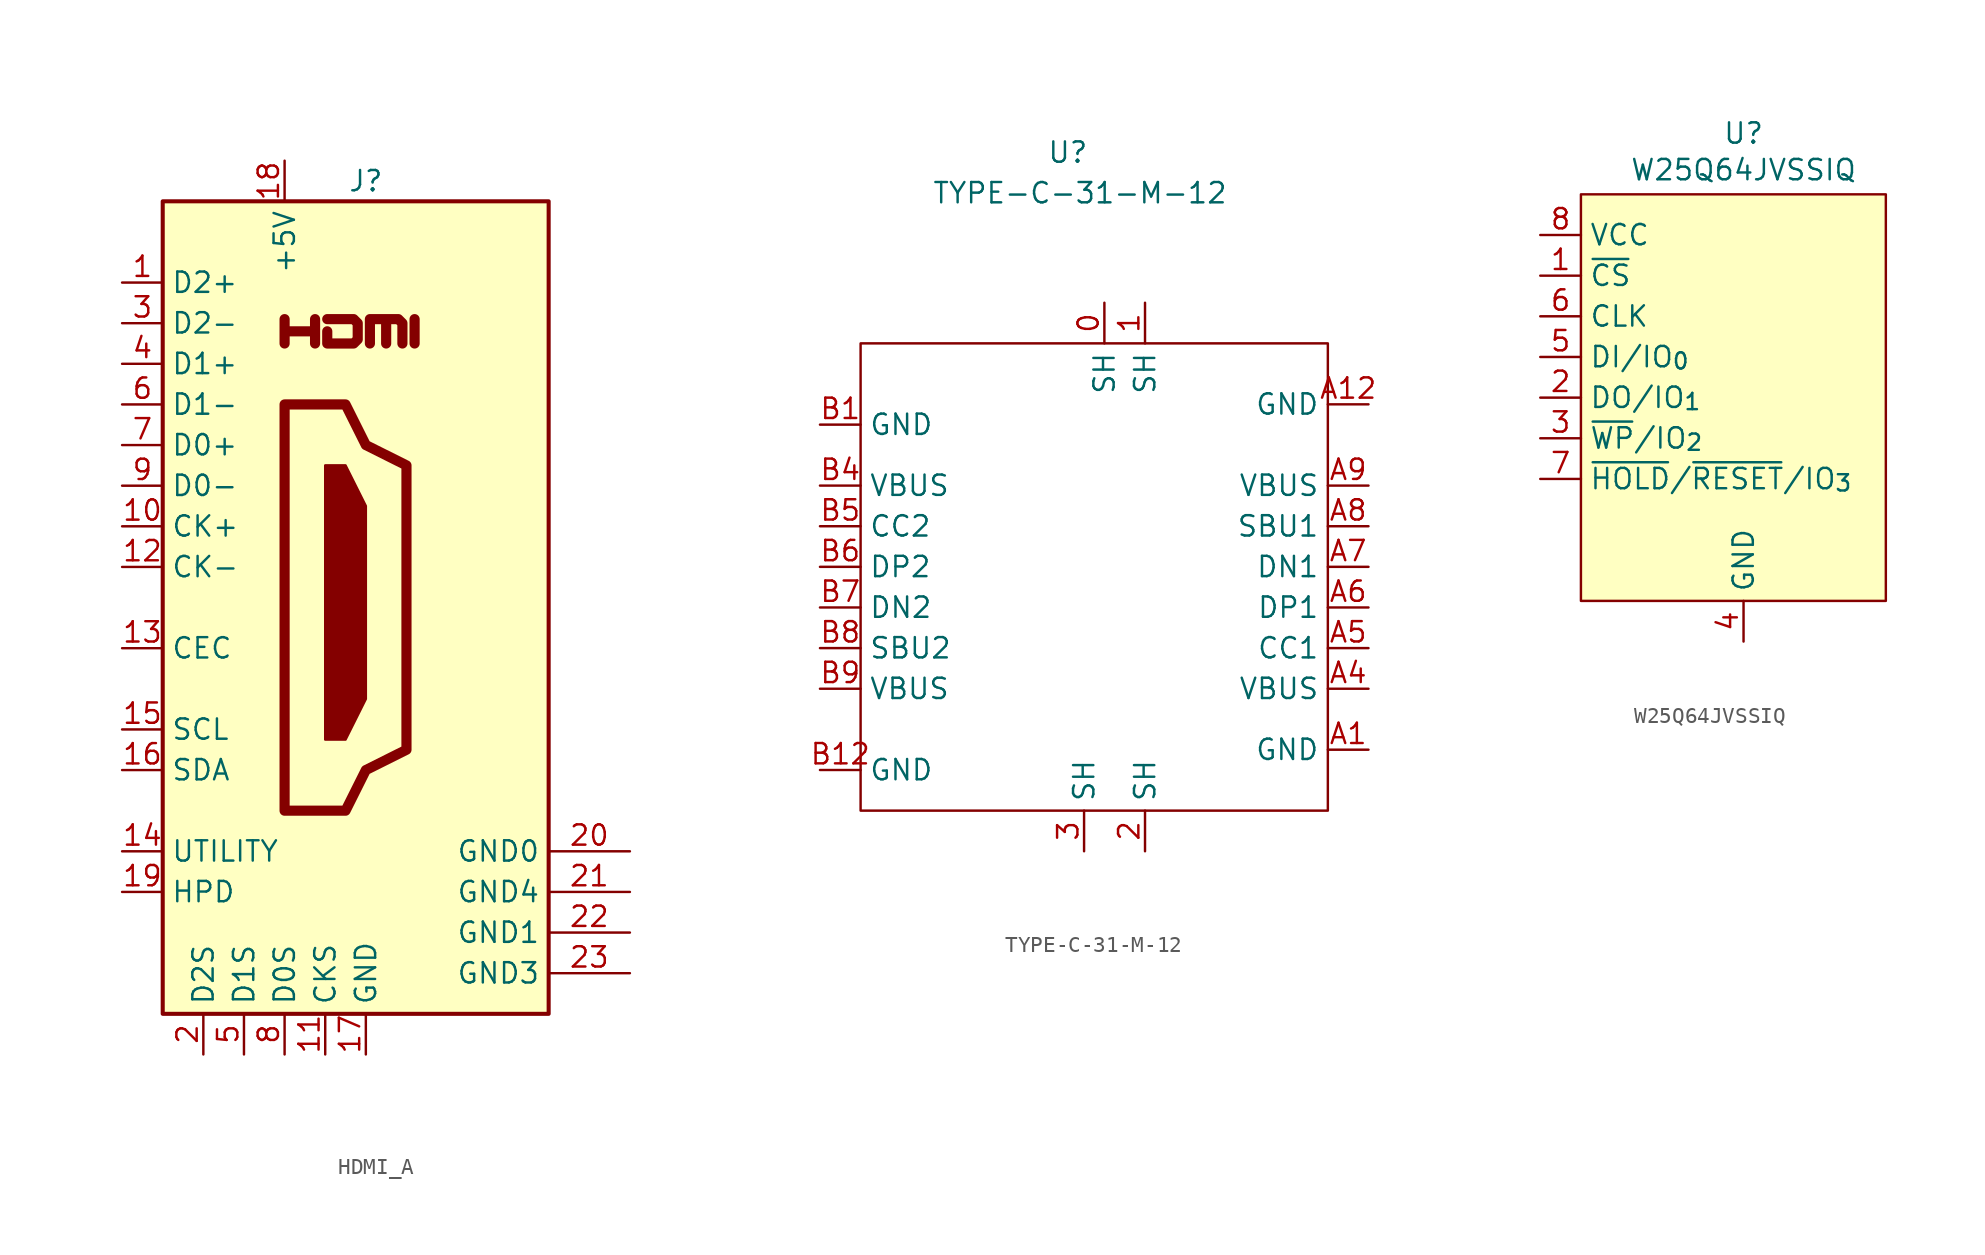
<source format=kicad_sym>
(kicad_symbol_lib
  (version 20241209)
  (generator "kicad_symbol_editor")
  (generator_version "9.0")
  (symbol "HDMI_A"
    (property "Reference" "J"
      (at 0 0 0)
      (effects (font (size 1.27 1.27))))
    (property "Value" ""
      (at 0 0 0)
      (effects (font (size 1.27 1.27))))
    (symbol "HDMI_A_0_0"
      (polyline (pts (xy -5.08 -10.16) (xy -5.08 -8.636) (xy -5.08 -9.398) (xy -3.175 -9.398) (xy -3.175 -8.636) (xy -3.175 -10.16)) (stroke (width 0.635) (type default)) (fill (type none)))
      (polyline (pts (xy -2.413 -8.636) (xy -0.762 -8.636) (xy -0.508 -8.89) (xy -0.508 -9.906) (xy -0.762 -10.16) (xy -2.413 -10.16) (xy -2.413 -9.398)) (stroke (width 0.635) (type default)) (fill (type none)))
      (polyline (pts (xy 3.048 -10.16) (xy 3.048 -8.636)) (stroke (width 0.635) (type default)) (fill (type none))))
    (symbol "HDMI_A_0_1"
      (rectangle (start -12.7 -1.27) (end 11.43 -52.07) (stroke (width 0.254) (type default)) (fill (type background)))
      (polyline (pts (xy -5.08 -13.97) (xy -5.08 -39.37) (xy -1.27 -39.37) (xy 0 -36.83) (xy 2.54 -35.56) (xy 2.54 -17.78) (xy 0 -16.51) (xy -1.27 -13.97) (xy -5.08 -13.97)) (stroke (width 0.635) (type default)) (fill (type none)))
      (polyline (pts (xy -2.54 -17.78) (xy -1.27 -17.78) (xy 0 -20.32) (xy 0 -32.385) (xy -1.27 -34.925) (xy -2.54 -34.925) (xy -2.54 -17.78)) (stroke (width 0) (type default)) (fill (type outline)))
      (polyline (pts (xy 0.254 -10.16) (xy 0.254 -8.636) (xy 1.27 -8.636) (xy 1.27 -10.16) (xy 1.27 -8.636) (xy 2.032 -8.636) (xy 2.286 -8.89) (xy 2.286 -10.16)) (stroke (width 0.635) (type default)) (fill (type none))))
    (symbol "HDMI_A_1_1"
      (pin passive line (at -15.24 -6.35 0) (length 2.54) (name "D2+" (effects (font (size 1.27 1.27)))) (number "1" (effects (font (size 1.27 1.27)))))
      (pin passive line (at -15.24 -8.89 0) (length 2.54) (name "D2-" (effects (font (size 1.27 1.27)))) (number "3" (effects (font (size 1.27 1.27)))))
      (pin passive line (at -15.24 -11.43 0) (length 2.54) (name "D1+" (effects (font (size 1.27 1.27)))) (number "4" (effects (font (size 1.27 1.27)))))
      (pin passive line (at -15.24 -13.97 0) (length 2.54) (name "D1-" (effects (font (size 1.27 1.27)))) (number "6" (effects (font (size 1.27 1.27)))))
      (pin passive line (at -15.24 -16.51 0) (length 2.54) (name "D0+" (effects (font (size 1.27 1.27)))) (number "7" (effects (font (size 1.27 1.27)))))
      (pin passive line (at -15.24 -19.05 0) (length 2.54) (name "D0-" (effects (font (size 1.27 1.27)))) (number "9" (effects (font (size 1.27 1.27)))))
      (pin passive line (at -15.24 -21.59 0) (length 2.54) (name "CK+" (effects (font (size 1.27 1.27)))) (number "10" (effects (font (size 1.27 1.27)))))
      (pin passive line (at -15.24 -24.13 0) (length 2.54) (name "CK-" (effects (font (size 1.27 1.27)))) (number "12" (effects (font (size 1.27 1.27)))))
      (pin bidirectional line (at -15.24 -29.21 0) (length 2.54) (name "CEC" (effects (font (size 1.27 1.27)))) (number "13" (effects (font (size 1.27 1.27)))))
      (pin passive line (at -15.24 -34.29 0) (length 2.54) (name "SCL" (effects (font (size 1.27 1.27)))) (number "15" (effects (font (size 1.27 1.27)))))
      (pin bidirectional line (at -15.24 -36.83 0) (length 2.54) (name "SDA" (effects (font (size 1.27 1.27)))) (number "16" (effects (font (size 1.27 1.27)))))
      (pin passive line (at -15.24 -41.91 0) (length 2.54) (name "UTILITY" (effects (font (size 1.27 1.27)))) (number "14" (effects (font (size 1.27 1.27)))))
      (pin passive line (at -15.24 -44.45 0) (length 2.54) (name "HPD" (effects (font (size 1.27 1.27)))) (number "19" (effects (font (size 1.27 1.27)))))
      (pin power_in line (at -10.16 -54.61 90) (length 2.54) (name "D2S" (effects (font (size 1.27 1.27)))) (number "2" (effects (font (size 1.27 1.27)))))
      (pin power_in line (at -7.62 -54.61 90) (length 2.54) (name "D1S" (effects (font (size 1.27 1.27)))) (number "5" (effects (font (size 1.27 1.27)))))
      (pin power_in line (at -5.08 1.27 270) (length 2.54) (name "+5V" (effects (font (size 1.27 1.27)))) (number "18" (effects (font (size 1.27 1.27)))))
      (pin power_in line (at -5.08 -54.61 90) (length 2.54) (name "D0S" (effects (font (size 1.27 1.27)))) (number "8" (effects (font (size 1.27 1.27)))))
      (pin power_in line (at -2.54 -54.61 90) (length 2.54) (name "CKS" (effects (font (size 1.27 1.27)))) (number "11" (effects (font (size 1.27 1.27)))))
      (pin power_in line (at 0 -54.61 90) (length 2.54) (name "GND" (effects (font (size 1.27 1.27)))) (number "17" (effects (font (size 1.27 1.27)))))
      (pin input line (at 16.51 -41.91 180) (length 5.08) (name "GND0" (effects (font (size 1.27 1.27)))) (number "20" (effects (font (size 1.27 1.27)))))
      (pin input line (at 16.51 -44.45 180) (length 5.08) (name "GND4" (effects (font (size 1.27 1.27)))) (number "21" (effects (font (size 1.27 1.27)))))
      (pin input line (at 16.51 -46.99 180) (length 5.08) (name "GND1" (effects (font (size 1.27 1.27)))) (number "22" (effects (font (size 1.27 1.27)))))
      (pin input line (at 16.51 -49.53 180) (length 5.08) (name "GND3" (effects (font (size 1.27 1.27)))) (number "23" (effects (font (size 1.27 1.27)))))))
  (symbol "TYPE-C-31-M-12"
    (property "Reference" "U"
      (at -3.556 18.288 0)
      (effects (font (size 1.27 1.27))))
    (property "Value" "TYPE-C-31-M-12"
      (at -2.794 15.748 0)
      (effects (font (size 1.27 1.27))))
    (symbol "TYPE-C-31-M-12_0_1"
      (rectangle (start -16.51 6.35) (end 12.7 -22.86) (stroke (width 0) (type default)) (fill (type none))))
    (symbol "TYPE-C-31-M-12_1_1"
      (pin input line (at -19.05 1.27 0) (length 2.54) (name "GND" (effects (font (size 1.27 1.27)))) (number "B1" (effects (font (size 1.27 1.27)))))
      (pin input line (at -19.05 -2.54 0) (length 2.54) (name "VBUS" (effects (font (size 1.27 1.27)))) (number "B4" (effects (font (size 1.27 1.27)))))
      (pin input line (at -19.05 -5.08 0) (length 2.54) (name "CC2" (effects (font (size 1.27 1.27)))) (number "B5" (effects (font (size 1.27 1.27)))))
      (pin input line (at -19.05 -7.62 0) (length 2.54) (name "DP2" (effects (font (size 1.27 1.27)))) (number "B6" (effects (font (size 1.27 1.27)))))
      (pin input line (at -19.05 -10.16 0) (length 2.54) (name "DN2" (effects (font (size 1.27 1.27)))) (number "B7" (effects (font (size 1.27 1.27)))))
      (pin input line (at -19.05 -12.7 0) (length 2.54) (name "SBU2" (effects (font (size 1.27 1.27)))) (number "B8" (effects (font (size 1.27 1.27)))))
      (pin input line (at -19.05 -15.24 0) (length 2.54) (name "VBUS" (effects (font (size 1.27 1.27)))) (number "B9" (effects (font (size 1.27 1.27)))))
      (pin input line (at -19.05 -20.32 0) (length 2.54) (name "GND" (effects (font (size 1.27 1.27)))) (number "B12" (effects (font (size 1.27 1.27)))))
      (pin input line (at -2.54 -25.4 90) (length 2.54) (name "SH" (effects (font (size 1.27 1.27)))) (number "3" (effects (font (size 1.27 1.27)))))
      (pin input line (at -1.27 8.89 270) (length 2.54) (name "SH" (effects (font (size 1.27 1.27)))) (number "0" (effects (font (size 1.27 1.27)))))
      (pin input line (at 1.27 8.89 270) (length 2.54) (name "SH" (effects (font (size 1.27 1.27)))) (number "1" (effects (font (size 1.27 1.27)))))
      (pin input line (at 1.27 -25.4 90) (length 2.54) (name "SH" (effects (font (size 1.27 1.27)))) (number "2" (effects (font (size 1.27 1.27)))))
      (pin input line (at 15.24 2.54 180) (length 2.54) (name "GND" (effects (font (size 1.27 1.27)))) (number "A12" (effects (font (size 1.27 1.27)))))
      (pin input line (at 15.24 -2.54 180) (length 2.54) (name "VBUS" (effects (font (size 1.27 1.27)))) (number "A9" (effects (font (size 1.27 1.27)))))
      (pin input line (at 15.24 -5.08 180) (length 2.54) (name "SBU1" (effects (font (size 1.27 1.27)))) (number "A8" (effects (font (size 1.27 1.27)))))
      (pin input line (at 15.24 -7.62 180) (length 2.54) (name "DN1" (effects (font (size 1.27 1.27)))) (number "A7" (effects (font (size 1.27 1.27)))))
      (pin input line (at 15.24 -10.16 180) (length 2.54) (name "DP1" (effects (font (size 1.27 1.27)))) (number "A6" (effects (font (size 1.27 1.27)))))
      (pin input line (at 15.24 -12.7 180) (length 2.54) (name "CC1" (effects (font (size 1.27 1.27)))) (number "A5" (effects (font (size 1.27 1.27)))))
      (pin input line (at 15.24 -15.24 180) (length 2.54) (name "VBUS" (effects (font (size 1.27 1.27)))) (number "A4" (effects (font (size 1.27 1.27)))))
      (pin input line (at 15.24 -19.05 180) (length 2.54) (name "GND" (effects (font (size 1.27 1.27)))) (number "A1" (effects (font (size 1.27 1.27)))))))
  (symbol "W25Q64JVSSIQ"
    (property "Reference" "U"
      (at 0 0 0)
      (effects (font (size 1.27 1.27))))
    (property "Value" "W25Q64JVSSIQ"
      (at 0 -2.286 0)
      (effects (font (size 1.27 1.27))))
    (symbol "W25Q64JVSSIQ_1_1"
      (rectangle (start -10.16 -3.81) (end 8.89 -29.21) (stroke (width 0) (type solid)) (fill (type background)))
      (pin input line (at -12.7 -6.35 0) (length 2.54) (name "VCC" (effects (font (size 1.27 1.27)))) (number "8" (effects (font (size 1.27 1.27)))))
      (pin input line (at -12.7 -8.89 0) (length 2.54) (name "~{CS}" (effects (font (size 1.27 1.27)))) (number "1" (effects (font (size 1.27 1.27)))))
      (pin input line (at -12.7 -11.43 0) (length 2.54) (name "CLK" (effects (font (size 1.27 1.27)))) (number "6" (effects (font (size 1.27 1.27)))))
      (pin input line (at -12.7 -13.97 0) (length 2.54) (name "DI/IO_{0}" (effects (font (size 1.27 1.27)))) (number "5" (effects (font (size 1.27 1.27)))))
      (pin input line (at -12.7 -16.51 0) (length 2.54) (name "DO/IO_{1}" (effects (font (size 1.27 1.27)))) (number "2" (effects (font (size 1.27 1.27)))))
      (pin input line (at -12.7 -19.05 0) (length 2.54) (name "~{WP}/IO_{2}" (effects (font (size 1.27 1.27)))) (number "3" (effects (font (size 1.27 1.27)))))
      (pin input line (at -12.7 -21.59 0) (length 2.54) (name "~{HOLD}/~{RESET}/IO_{3}" (effects (font (size 1.27 1.27)))) (number "7" (effects (font (size 1.27 1.27)))))
      (pin input line (at 0 -31.75 90) (length 2.54) (name "GND" (effects (font (size 1.27 1.27)))) (number "4" (effects (font (size 1.27 1.27))))))))
</source>
